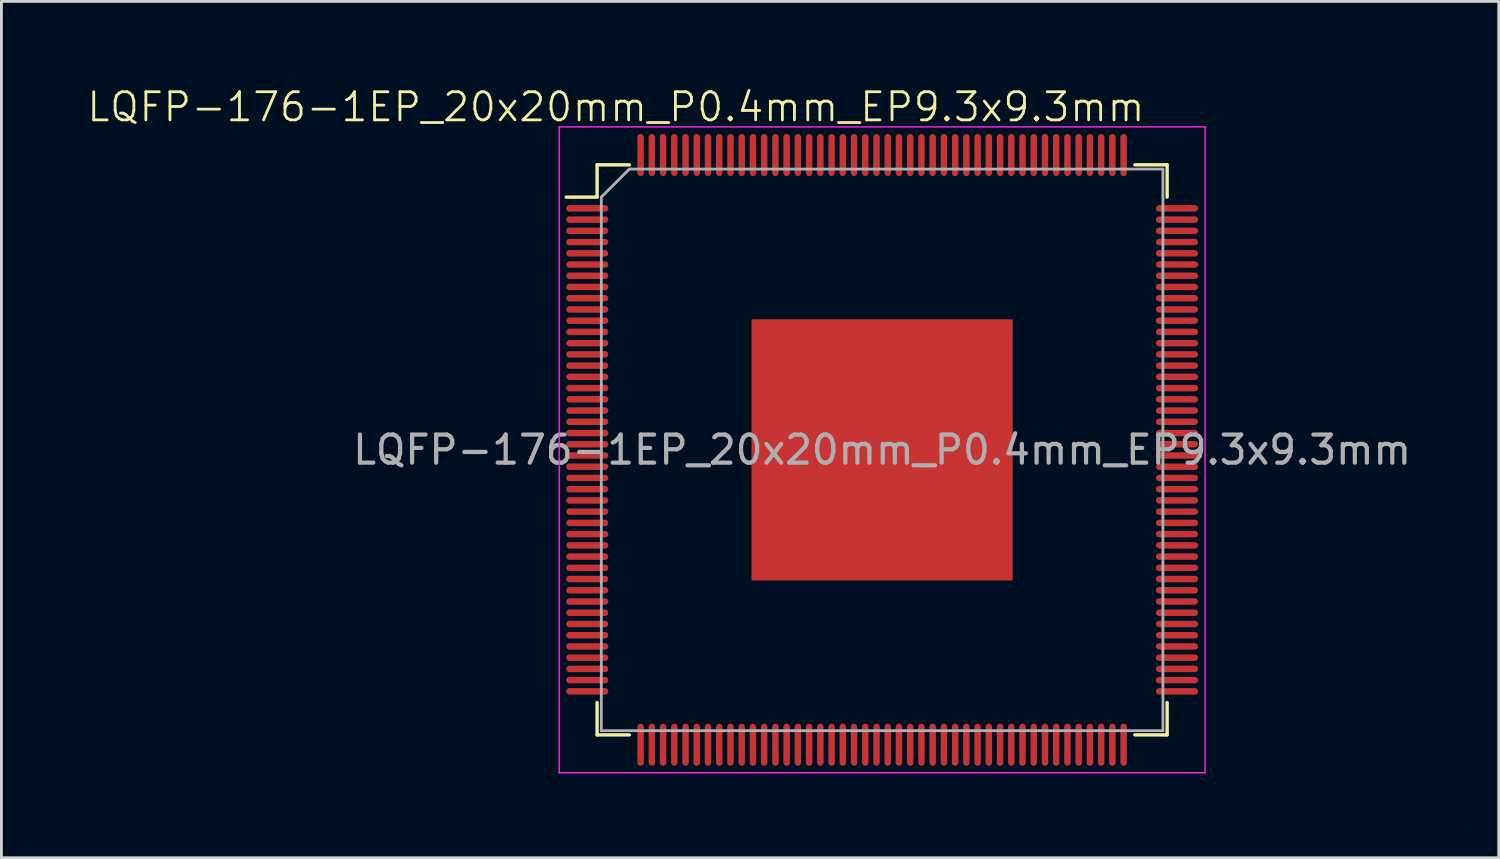
<source format=kicad_pcb>
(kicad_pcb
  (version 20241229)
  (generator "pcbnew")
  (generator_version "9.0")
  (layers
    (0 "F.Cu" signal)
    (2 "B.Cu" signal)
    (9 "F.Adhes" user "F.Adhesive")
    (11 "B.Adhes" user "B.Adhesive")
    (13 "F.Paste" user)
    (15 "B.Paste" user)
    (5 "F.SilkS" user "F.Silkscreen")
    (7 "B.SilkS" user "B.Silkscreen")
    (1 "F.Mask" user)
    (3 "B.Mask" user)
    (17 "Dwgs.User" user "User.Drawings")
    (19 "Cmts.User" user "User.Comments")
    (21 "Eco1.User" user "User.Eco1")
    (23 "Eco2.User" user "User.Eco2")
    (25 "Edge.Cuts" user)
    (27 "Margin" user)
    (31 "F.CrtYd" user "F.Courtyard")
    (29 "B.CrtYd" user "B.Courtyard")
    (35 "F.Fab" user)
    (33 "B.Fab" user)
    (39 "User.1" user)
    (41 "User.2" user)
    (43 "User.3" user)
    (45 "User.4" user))
  (footprint "LQFP-176-1EP_20x20mm_P0.4mm_EP9.3x9.3mm"
    (layer "F.Cu")
    (at 28.363 12.97)
    (property "Reference" "LQFP-176-1EP_20x20mm_P0.4mm_EP9.3x9.3mm" (at -9.48 -12.21 0) (unlocked yes) (layer "F.SilkS") (effects (font (size 1 1) (thickness 0.1))))
    (attr smd)
    (fp_line (start -10.15 -10.15) (end -10.15 -9) (stroke (width 0.12) (type default)) (layer "F.SilkS"))
    (fp_line (start -10.15 -9) (end -11.25 -9) (stroke (width 0.12) (type default)) (layer "F.SilkS"))
    (fp_line (start -10.15 10.15) (end -10.15 9) (stroke (width 0.12) (type default)) (layer "F.SilkS"))
    (fp_line (start -9 -10.15) (end -10.15 -10.15) (stroke (width 0.12) (type default)) (layer "F.SilkS"))
    (fp_line (start -9 10.15) (end -10.15 10.15) (stroke (width 0.12) (type default)) (layer "F.SilkS"))
    (fp_line (start 9 -10.15) (end 10.15 -10.15) (stroke (width 0.12) (type default)) (layer "F.SilkS"))
    (fp_line (start 9 10.15) (end 10.15 10.15) (stroke (width 0.12) (type default)) (layer "F.SilkS"))
    (fp_line (start 10.15 -10.15) (end 10.15 -9) (stroke (width 0.12) (type default)) (layer "F.SilkS"))
    (fp_line (start 10.15 10.15) (end 10.15 9) (stroke (width 0.12) (type default)) (layer "F.SilkS"))
    (fp_line (start -11.5 -11.5) (end 11.5 -11.5) (stroke (width 0.05) (type default)) (layer "F.CrtYd"))
    (fp_line (start -11.5 11.5) (end -11.5 -11.5) (stroke (width 0.05) (type default)) (layer "F.CrtYd"))
    (fp_line (start 11.5 -11.5) (end 11.5 11.5) (stroke (width 0.05) (type default)) (layer "F.CrtYd"))
    (fp_line (start 11.5 11.5) (end -11.5 11.5) (stroke (width 0.05) (type default)) (layer "F.CrtYd"))
    (fp_line (start -10 -9) (end -10 10) (stroke (width 0.1) (type default)) (layer "F.Fab"))
    (fp_line (start -10 10) (end 10 10) (stroke (width 0.1) (type default)) (layer "F.Fab"))
    (fp_line (start -9 -10) (end -10 -9) (stroke (width 0.1) (type default)) (layer "F.Fab"))
    (fp_line (start 10 -10) (end -9 -10) (stroke (width 0.1) (type default)) (layer "F.Fab"))
    (fp_line (start 10 10) (end 10 -10) (stroke (width 0.1) (type default)) (layer "F.Fab"))
    (fp_text user "${REFERENCE}" (at 0 0 0) (unlocked yes) (layer "F.Fab") (effects (font (size 1 1) (thickness 0.15))))
    (pad "1" smd oval (at -10.5 -8.6 90) (size 0.23 1.5) (layers "F.Cu" "F.Mask" "F.Paste"))
    (pad "2" smd oval (at -10.5 -8.2 90) (size 0.23 1.5) (layers "F.Cu" "F.Mask" "F.Paste"))
    (pad "3" smd oval (at -10.5 -7.8 90) (size 0.23 1.5) (layers "F.Cu" "F.Mask" "F.Paste"))
    (pad "4" smd oval (at -10.5 -7.4 90) (size 0.23 1.5) (layers "F.Cu" "F.Mask" "F.Paste"))
    (pad "5" smd oval (at -10.5 -7 90) (size 0.23 1.5) (layers "F.Cu" "F.Mask" "F.Paste"))
    (pad "6" smd oval (at -10.5 -6.6 90) (size 0.23 1.5) (layers "F.Cu" "F.Mask" "F.Paste"))
    (pad "7" smd oval (at -10.5 -6.2 90) (size 0.23 1.5) (layers "F.Cu" "F.Mask" "F.Paste"))
    (pad "8" smd oval (at -10.5 -5.8 90) (size 0.23 1.5) (layers "F.Cu" "F.Mask" "F.Paste"))
    (pad "9" smd oval (at -10.5 -5.4 90) (size 0.23 1.5) (layers "F.Cu" "F.Mask" "F.Paste"))
    (pad "10" smd oval (at -10.5 -5 90) (size 0.23 1.5) (layers "F.Cu" "F.Mask" "F.Paste"))
    (pad "11" smd oval (at -10.5 -4.6 90) (size 0.23 1.5) (layers "F.Cu" "F.Mask" "F.Paste"))
    (pad "12" smd oval (at -10.5 -4.2 90) (size 0.23 1.5) (layers "F.Cu" "F.Mask" "F.Paste"))
    (pad "13" smd oval (at -10.5 -3.8 90) (size 0.23 1.5) (layers "F.Cu" "F.Mask" "F.Paste"))
    (pad "14" smd oval (at -10.5 -3.4 90) (size 0.23 1.5) (layers "F.Cu" "F.Mask" "F.Paste"))
    (pad "15" smd oval (at -10.5 -3 90) (size 0.23 1.5) (layers "F.Cu" "F.Mask" "F.Paste"))
    (pad "16" smd oval (at -10.5 -2.6 90) (size 0.23 1.5) (layers "F.Cu" "F.Mask" "F.Paste"))
    (pad "17" smd oval (at -10.5 -2.2 90) (size 0.23 1.5) (layers "F.Cu" "F.Mask" "F.Paste"))
    (pad "18" smd oval (at -10.5 -1.8 90) (size 0.23 1.5) (layers "F.Cu" "F.Mask" "F.Paste"))
    (pad "19" smd oval (at -10.5 -1.4 90) (size 0.23 1.5) (layers "F.Cu" "F.Mask" "F.Paste"))
    (pad "20" smd oval (at -10.5 -1 90) (size 0.23 1.5) (layers "F.Cu" "F.Mask" "F.Paste"))
    (pad "21" smd oval (at -10.5 -0.6 90) (size 0.23 1.5) (layers "F.Cu" "F.Mask" "F.Paste"))
    (pad "22" smd oval (at -10.5 -0.2 90) (size 0.23 1.5) (layers "F.Cu" "F.Mask" "F.Paste"))
    (pad "23" smd oval (at -10.5 0.2 90) (size 0.23 1.5) (layers "F.Cu" "F.Mask" "F.Paste"))
    (pad "24" smd oval (at -10.5 0.6 90) (size 0.23 1.5) (layers "F.Cu" "F.Mask" "F.Paste"))
    (pad "25" smd oval (at -10.5 1 90) (size 0.23 1.5) (layers "F.Cu" "F.Mask" "F.Paste"))
    (pad "26" smd oval (at -10.5 1.4 90) (size 0.23 1.5) (layers "F.Cu" "F.Mask" "F.Paste"))
    (pad "27" smd oval (at -10.5 1.8 90) (size 0.23 1.5) (layers "F.Cu" "F.Mask" "F.Paste"))
    (pad "28" smd oval (at -10.5 2.2 90) (size 0.23 1.5) (layers "F.Cu" "F.Mask" "F.Paste"))
    (pad "29" smd oval (at -10.5 2.6 90) (size 0.23 1.5) (layers "F.Cu" "F.Mask" "F.Paste"))
    (pad "30" smd oval (at -10.5 3 90) (size 0.23 1.5) (layers "F.Cu" "F.Mask" "F.Paste"))
    (pad "31" smd oval (at -10.5 3.4 90) (size 0.23 1.5) (layers "F.Cu" "F.Mask" "F.Paste"))
    (pad "32" smd oval (at -10.5 3.8 90) (size 0.23 1.5) (layers "F.Cu" "F.Mask" "F.Paste"))
    (pad "33" smd oval (at -10.5 4.2 90) (size 0.23 1.5) (layers "F.Cu" "F.Mask" "F.Paste"))
    (pad "34" smd oval (at -10.5 4.6 90) (size 0.23 1.5) (layers "F.Cu" "F.Mask" "F.Paste"))
    (pad "35" smd oval (at -10.5 5 90) (size 0.23 1.5) (layers "F.Cu" "F.Mask" "F.Paste"))
    (pad "36" smd oval (at -10.5 5.4 90) (size 0.23 1.5) (layers "F.Cu" "F.Mask" "F.Paste"))
    (pad "37" smd oval (at -10.5 5.8 90) (size 0.23 1.5) (layers "F.Cu" "F.Mask" "F.Paste"))
    (pad "38" smd oval (at -10.5 6.2 90) (size 0.23 1.5) (layers "F.Cu" "F.Mask" "F.Paste"))
    (pad "39" smd oval (at -10.5 6.6 90) (size 0.23 1.5) (layers "F.Cu" "F.Mask" "F.Paste"))
    (pad "40" smd oval (at -10.5 7 90) (size 0.23 1.5) (layers "F.Cu" "F.Mask" "F.Paste"))
    (pad "41" smd oval (at -10.5 7.4 90) (size 0.23 1.5) (layers "F.Cu" "F.Mask" "F.Paste"))
    (pad "42" smd oval (at -10.5 7.8 90) (size 0.23 1.5) (layers "F.Cu" "F.Mask" "F.Paste"))
    (pad "43" smd oval (at -10.5 8.2 90) (size 0.23 1.5) (layers "F.Cu" "F.Mask" "F.Paste"))
    (pad "44" smd oval (at -10.5 8.6 90) (size 0.23 1.5) (layers "F.Cu" "F.Mask" "F.Paste"))
    (pad "45" smd oval (at -8.6 10.5) (size 0.23 1.5) (layers "F.Cu" "F.Mask" "F.Paste"))
    (pad "46" smd oval (at -8.2 10.5) (size 0.23 1.5) (layers "F.Cu" "F.Mask" "F.Paste"))
    (pad "47" smd oval (at -7.8 10.5) (size 0.23 1.5) (layers "F.Cu" "F.Mask" "F.Paste"))
    (pad "48" smd oval (at -7.4 10.5) (size 0.23 1.5) (layers "F.Cu" "F.Mask" "F.Paste"))
    (pad "49" smd oval (at -7 10.5) (size 0.23 1.5) (layers "F.Cu" "F.Mask" "F.Paste"))
    (pad "50" smd oval (at -6.6 10.5) (size 0.23 1.5) (layers "F.Cu" "F.Mask" "F.Paste"))
    (pad "51" smd oval (at -6.2 10.5) (size 0.23 1.5) (layers "F.Cu" "F.Mask" "F.Paste"))
    (pad "52" smd oval (at -5.8 10.5) (size 0.23 1.5) (layers "F.Cu" "F.Mask" "F.Paste"))
    (pad "53" smd oval (at -5.4 10.5) (size 0.23 1.5) (layers "F.Cu" "F.Mask" "F.Paste"))
    (pad "54" smd oval (at -5 10.5) (size 0.23 1.5) (layers "F.Cu" "F.Mask" "F.Paste"))
    (pad "55" smd oval (at -4.6 10.5) (size 0.23 1.5) (layers "F.Cu" "F.Mask" "F.Paste"))
    (pad "56" smd oval (at -4.2 10.5) (size 0.23 1.5) (layers "F.Cu" "F.Mask" "F.Paste"))
    (pad "57" smd oval (at -3.8 10.5) (size 0.23 1.5) (layers "F.Cu" "F.Mask" "F.Paste"))
    (pad "58" smd oval (at -3.4 10.5) (size 0.23 1.5) (layers "F.Cu" "F.Mask" "F.Paste"))
    (pad "59" smd oval (at -3 10.5) (size 0.23 1.5) (layers "F.Cu" "F.Mask" "F.Paste"))
    (pad "60" smd oval (at -2.6 10.5) (size 0.23 1.5) (layers "F.Cu" "F.Mask" "F.Paste"))
    (pad "61" smd oval (at -2.2 10.5) (size 0.23 1.5) (layers "F.Cu" "F.Mask" "F.Paste"))
    (pad "62" smd oval (at -1.8 10.5) (size 0.23 1.5) (layers "F.Cu" "F.Mask" "F.Paste"))
    (pad "63" smd oval (at -1.4 10.5) (size 0.23 1.5) (layers "F.Cu" "F.Mask" "F.Paste"))
    (pad "64" smd oval (at -1 10.5) (size 0.23 1.5) (layers "F.Cu" "F.Mask" "F.Paste"))
    (pad "65" smd oval (at -0.6 10.5) (size 0.23 1.5) (layers "F.Cu" "F.Mask" "F.Paste"))
    (pad "66" smd oval (at -0.2 10.5) (size 0.23 1.5) (layers "F.Cu" "F.Mask" "F.Paste"))
    (pad "67" smd oval (at 0.2 10.5) (size 0.23 1.5) (layers "F.Cu" "F.Mask" "F.Paste"))
    (pad "68" smd oval (at 0.6 10.5) (size 0.23 1.5) (layers "F.Cu" "F.Mask" "F.Paste"))
    (pad "69" smd oval (at 1 10.5) (size 0.23 1.5) (layers "F.Cu" "F.Mask" "F.Paste"))
    (pad "70" smd oval (at 1.4 10.5) (size 0.23 1.5) (layers "F.Cu" "F.Mask" "F.Paste"))
    (pad "71" smd oval (at 1.8 10.5) (size 0.23 1.5) (layers "F.Cu" "F.Mask" "F.Paste"))
    (pad "72" smd oval (at 2.2 10.5) (size 0.23 1.5) (layers "F.Cu" "F.Mask" "F.Paste"))
    (pad "73" smd oval (at 2.6 10.5) (size 0.23 1.5) (layers "F.Cu" "F.Mask" "F.Paste"))
    (pad "74" smd oval (at 3 10.5) (size 0.23 1.5) (layers "F.Cu" "F.Mask" "F.Paste"))
    (pad "75" smd oval (at 3.4 10.5) (size 0.23 1.5) (layers "F.Cu" "F.Mask" "F.Paste"))
    (pad "76" smd oval (at 3.8 10.5) (size 0.23 1.5) (layers "F.Cu" "F.Mask" "F.Paste"))
    (pad "77" smd oval (at 4.2 10.5) (size 0.23 1.5) (layers "F.Cu" "F.Mask" "F.Paste"))
    (pad "78" smd oval (at 4.6 10.5) (size 0.23 1.5) (layers "F.Cu" "F.Mask" "F.Paste"))
    (pad "79" smd oval (at 5 10.5) (size 0.23 1.5) (layers "F.Cu" "F.Mask" "F.Paste"))
    (pad "80" smd oval (at 5.4 10.5) (size 0.23 1.5) (layers "F.Cu" "F.Mask" "F.Paste"))
    (pad "81" smd oval (at 5.8 10.5) (size 0.23 1.5) (layers "F.Cu" "F.Mask" "F.Paste"))
    (pad "82" smd oval (at 6.2 10.5) (size 0.23 1.5) (layers "F.Cu" "F.Mask" "F.Paste"))
    (pad "83" smd oval (at 6.6 10.5) (size 0.23 1.5) (layers "F.Cu" "F.Mask" "F.Paste"))
    (pad "84" smd oval (at 7 10.5) (size 0.23 1.5) (layers "F.Cu" "F.Mask" "F.Paste"))
    (pad "85" smd oval (at 7.4 10.5) (size 0.23 1.5) (layers "F.Cu" "F.Mask" "F.Paste"))
    (pad "86" smd oval (at 7.8 10.5) (size 0.23 1.5) (layers "F.Cu" "F.Mask" "F.Paste"))
    (pad "87" smd oval (at 8.2 10.5) (size 0.23 1.5) (layers "F.Cu" "F.Mask" "F.Paste"))
    (pad "88" smd oval (at 8.6 10.5) (size 0.23 1.5) (layers "F.Cu" "F.Mask" "F.Paste"))
    (pad "89" smd oval (at 10.5 8.6 90) (size 0.23 1.5) (layers "F.Cu" "F.Mask" "F.Paste"))
    (pad "90" smd oval (at 10.5 8.2 90) (size 0.23 1.5) (layers "F.Cu" "F.Mask" "F.Paste"))
    (pad "91" smd oval (at 10.5 7.8 90) (size 0.23 1.5) (layers "F.Cu" "F.Mask" "F.Paste"))
    (pad "92" smd oval (at 10.5 7.4 90) (size 0.23 1.5) (layers "F.Cu" "F.Mask" "F.Paste"))
    (pad "93" smd oval (at 10.5 7 90) (size 0.23 1.5) (layers "F.Cu" "F.Mask" "F.Paste"))
    (pad "94" smd oval (at 10.5 6.6 90) (size 0.23 1.5) (layers "F.Cu" "F.Mask" "F.Paste"))
    (pad "95" smd oval (at 10.5 6.2 90) (size 0.23 1.5) (layers "F.Cu" "F.Mask" "F.Paste"))
    (pad "96" smd oval (at 10.5 5.8 90) (size 0.23 1.5) (layers "F.Cu" "F.Mask" "F.Paste"))
    (pad "97" smd oval (at 10.5 5.4 90) (size 0.23 1.5) (layers "F.Cu" "F.Mask" "F.Paste"))
    (pad "98" smd oval (at 10.5 5 90) (size 0.23 1.5) (layers "F.Cu" "F.Mask" "F.Paste"))
    (pad "99" smd oval (at 10.5 4.6 90) (size 0.23 1.5) (layers "F.Cu" "F.Mask" "F.Paste"))
    (pad "100" smd oval (at 10.5 4.2 90) (size 0.23 1.5) (layers "F.Cu" "F.Mask" "F.Paste"))
    (pad "101" smd oval (at 10.5 3.8 90) (size 0.23 1.5) (layers "F.Cu" "F.Mask" "F.Paste"))
    (pad "102" smd oval (at 10.5 3.4 90) (size 0.23 1.5) (layers "F.Cu" "F.Mask" "F.Paste"))
    (pad "103" smd oval (at 10.5 3 90) (size 0.23 1.5) (layers "F.Cu" "F.Mask" "F.Paste"))
    (pad "104" smd oval (at 10.5 2.6 90) (size 0.23 1.5) (layers "F.Cu" "F.Mask" "F.Paste"))
    (pad "105" smd oval (at 10.5 2.2 90) (size 0.23 1.5) (layers "F.Cu" "F.Mask" "F.Paste"))
    (pad "106" smd oval (at 10.5 1.8 90) (size 0.23 1.5) (layers "F.Cu" "F.Mask" "F.Paste"))
    (pad "107" smd oval (at 10.5 1.4 90) (size 0.23 1.5) (layers "F.Cu" "F.Mask" "F.Paste"))
    (pad "108" smd oval (at 10.5 1 90) (size 0.23 1.5) (layers "F.Cu" "F.Mask" "F.Paste"))
    (pad "109" smd oval (at 10.5 0.6 90) (size 0.23 1.5) (layers "F.Cu" "F.Mask" "F.Paste"))
    (pad "110" smd oval (at 10.5 0.2 90) (size 0.23 1.5) (layers "F.Cu" "F.Mask" "F.Paste"))
    (pad "111" smd oval (at 10.5 -0.2 90) (size 0.23 1.5) (layers "F.Cu" "F.Mask" "F.Paste"))
    (pad "112" smd oval (at 10.5 -0.6 90) (size 0.23 1.5) (layers "F.Cu" "F.Mask" "F.Paste"))
    (pad "113" smd oval (at 10.5 -1 90) (size 0.23 1.5) (layers "F.Cu" "F.Mask" "F.Paste"))
    (pad "114" smd oval (at 10.5 -1.4 90) (size 0.23 1.5) (layers "F.Cu" "F.Mask" "F.Paste"))
    (pad "115" smd oval (at 10.5 -1.8 90) (size 0.23 1.5) (layers "F.Cu" "F.Mask" "F.Paste"))
    (pad "116" smd oval (at 10.5 -2.2 90) (size 0.23 1.5) (layers "F.Cu" "F.Mask" "F.Paste"))
    (pad "117" smd oval (at 10.5 -2.6 90) (size 0.23 1.5) (layers "F.Cu" "F.Mask" "F.Paste"))
    (pad "118" smd oval (at 10.5 -3 90) (size 0.23 1.5) (layers "F.Cu" "F.Mask" "F.Paste"))
    (pad "119" smd oval (at 10.5 -3.4 90) (size 0.23 1.5) (layers "F.Cu" "F.Mask" "F.Paste"))
    (pad "120" smd oval (at 10.5 -3.8 90) (size 0.23 1.5) (layers "F.Cu" "F.Mask" "F.Paste"))
    (pad "121" smd oval (at 10.5 -4.2 90) (size 0.23 1.5) (layers "F.Cu" "F.Mask" "F.Paste"))
    (pad "122" smd oval (at 10.5 -4.6 90) (size 0.23 1.5) (layers "F.Cu" "F.Mask" "F.Paste"))
    (pad "123" smd oval (at 10.5 -5 90) (size 0.23 1.5) (layers "F.Cu" "F.Mask" "F.Paste"))
    (pad "124" smd oval (at 10.5 -5.4 90) (size 0.23 1.5) (layers "F.Cu" "F.Mask" "F.Paste"))
    (pad "125" smd oval (at 10.5 -5.8 90) (size 0.23 1.5) (layers "F.Cu" "F.Mask" "F.Paste"))
    (pad "126" smd oval (at 10.5 -6.2 90) (size 0.23 1.5) (layers "F.Cu" "F.Mask" "F.Paste"))
    (pad "127" smd oval (at 10.5 -6.6 90) (size 0.23 1.5) (layers "F.Cu" "F.Mask" "F.Paste"))
    (pad "128" smd oval (at 10.5 -7 90) (size 0.23 1.5) (layers "F.Cu" "F.Mask" "F.Paste"))
    (pad "129" smd oval (at 10.5 -7.4 90) (size 0.23 1.5) (layers "F.Cu" "F.Mask" "F.Paste"))
    (pad "130" smd oval (at 10.5 -7.8 90) (size 0.23 1.5) (layers "F.Cu" "F.Mask" "F.Paste"))
    (pad "131" smd oval (at 10.5 -8.2 90) (size 0.23 1.5) (layers "F.Cu" "F.Mask" "F.Paste"))
    (pad "132" smd oval (at 10.5 -8.6 90) (size 0.23 1.5) (layers "F.Cu" "F.Mask" "F.Paste"))
    (pad "133" smd oval (at 8.6 -10.5) (size 0.23 1.5) (layers "F.Cu" "F.Mask" "F.Paste"))
    (pad "134" smd oval (at 8.2 -10.5) (size 0.23 1.5) (layers "F.Cu" "F.Mask" "F.Paste"))
    (pad "135" smd oval (at 7.8 -10.5) (size 0.23 1.5) (layers "F.Cu" "F.Mask" "F.Paste"))
    (pad "136" smd oval (at 7.4 -10.5) (size 0.23 1.5) (layers "F.Cu" "F.Mask" "F.Paste"))
    (pad "137" smd oval (at 7 -10.5) (size 0.23 1.5) (layers "F.Cu" "F.Mask" "F.Paste"))
    (pad "138" smd oval (at 6.6 -10.5) (size 0.23 1.5) (layers "F.Cu" "F.Mask" "F.Paste"))
    (pad "139" smd oval (at 6.2 -10.5) (size 0.23 1.5) (layers "F.Cu" "F.Mask" "F.Paste"))
    (pad "140" smd oval (at 5.8 -10.5) (size 0.23 1.5) (layers "F.Cu" "F.Mask" "F.Paste"))
    (pad "141" smd oval (at 5.4 -10.5) (size 0.23 1.5) (layers "F.Cu" "F.Mask" "F.Paste"))
    (pad "142" smd oval (at 5 -10.5) (size 0.23 1.5) (layers "F.Cu" "F.Mask" "F.Paste"))
    (pad "143" smd oval (at 4.6 -10.5) (size 0.23 1.5) (layers "F.Cu" "F.Mask" "F.Paste"))
    (pad "144" smd oval (at 4.2 -10.5) (size 0.23 1.5) (layers "F.Cu" "F.Mask" "F.Paste"))
    (pad "145" smd oval (at 3.8 -10.5) (size 0.23 1.5) (layers "F.Cu" "F.Mask" "F.Paste"))
    (pad "146" smd oval (at 3.4 -10.5) (size 0.23 1.5) (layers "F.Cu" "F.Mask" "F.Paste"))
    (pad "147" smd oval (at 3 -10.5) (size 0.23 1.5) (layers "F.Cu" "F.Mask" "F.Paste"))
    (pad "148" smd oval (at 2.6 -10.5) (size 0.23 1.5) (layers "F.Cu" "F.Mask" "F.Paste"))
    (pad "149" smd oval (at 2.2 -10.5) (size 0.23 1.5) (layers "F.Cu" "F.Mask" "F.Paste"))
    (pad "150" smd oval (at 1.8 -10.5) (size 0.23 1.5) (layers "F.Cu" "F.Mask" "F.Paste"))
    (pad "151" smd oval (at 1.4 -10.5) (size 0.23 1.5) (layers "F.Cu" "F.Mask" "F.Paste"))
    (pad "152" smd oval (at 1 -10.5) (size 0.23 1.5) (layers "F.Cu" "F.Mask" "F.Paste"))
    (pad "153" smd oval (at 0.6 -10.5) (size 0.23 1.5) (layers "F.Cu" "F.Mask" "F.Paste"))
    (pad "154" smd oval (at 0.2 -10.5) (size 0.23 1.5) (layers "F.Cu" "F.Mask" "F.Paste"))
    (pad "155" smd oval (at -0.2 -10.5) (size 0.23 1.5) (layers "F.Cu" "F.Mask" "F.Paste"))
    (pad "156" smd oval (at -0.6 -10.5) (size 0.23 1.5) (layers "F.Cu" "F.Mask" "F.Paste"))
    (pad "157" smd oval (at -1 -10.5) (size 0.23 1.5) (layers "F.Cu" "F.Mask" "F.Paste"))
    (pad "158" smd oval (at -1.4 -10.5) (size 0.23 1.5) (layers "F.Cu" "F.Mask" "F.Paste"))
    (pad "159" smd oval (at -1.8 -10.5) (size 0.23 1.5) (layers "F.Cu" "F.Mask" "F.Paste"))
    (pad "160" smd oval (at -2.2 -10.5) (size 0.23 1.5) (layers "F.Cu" "F.Mask" "F.Paste"))
    (pad "161" smd oval (at -2.6 -10.5) (size 0.23 1.5) (layers "F.Cu" "F.Mask" "F.Paste"))
    (pad "162" smd oval (at -3 -10.5) (size 0.23 1.5) (layers "F.Cu" "F.Mask" "F.Paste"))
    (pad "163" smd oval (at -3.4 -10.5) (size 0.23 1.5) (layers "F.Cu" "F.Mask" "F.Paste"))
    (pad "164" smd oval (at -3.8 -10.5) (size 0.23 1.5) (layers "F.Cu" "F.Mask" "F.Paste"))
    (pad "165" smd oval (at -4.2 -10.5) (size 0.23 1.5) (layers "F.Cu" "F.Mask" "F.Paste"))
    (pad "166" smd oval (at -4.6 -10.5) (size 0.23 1.5) (layers "F.Cu" "F.Mask" "F.Paste"))
    (pad "167" smd oval (at -5 -10.5) (size 0.23 1.5) (layers "F.Cu" "F.Mask" "F.Paste"))
    (pad "168" smd oval (at -5.4 -10.5) (size 0.23 1.5) (layers "F.Cu" "F.Mask" "F.Paste"))
    (pad "169" smd oval (at -5.8 -10.5) (size 0.23 1.5) (layers "F.Cu" "F.Mask" "F.Paste"))
    (pad "170" smd oval (at -6.2 -10.5) (size 0.23 1.5) (layers "F.Cu" "F.Mask" "F.Paste"))
    (pad "171" smd oval (at -6.6 -10.5) (size 0.23 1.5) (layers "F.Cu" "F.Mask" "F.Paste"))
    (pad "172" smd oval (at -7 -10.5) (size 0.23 1.5) (layers "F.Cu" "F.Mask" "F.Paste"))
    (pad "173" smd oval (at -7.4 -10.5) (size 0.23 1.5) (layers "F.Cu" "F.Mask" "F.Paste"))
    (pad "174" smd oval (at -7.8 -10.5) (size 0.23 1.5) (layers "F.Cu" "F.Mask" "F.Paste"))
    (pad "175" smd oval (at -8.2 -10.5) (size 0.23 1.5) (layers "F.Cu" "F.Mask" "F.Paste"))
    (pad "176" smd oval (at -8.6 -10.5) (size 0.23 1.5) (layers "F.Cu" "F.Mask" "F.Paste"))
    (pad "177" smd rect (at 0 0) (size 9.3 9.3) (layers "F.Cu" "F.Mask" "F.Paste")))
  (gr_rect
    (start -3 -3)
    (end 50.322 27.495)
    (stroke (width 0.1) (type default))
    (fill no)
    (layer "Edge.Cuts")))
</source>
